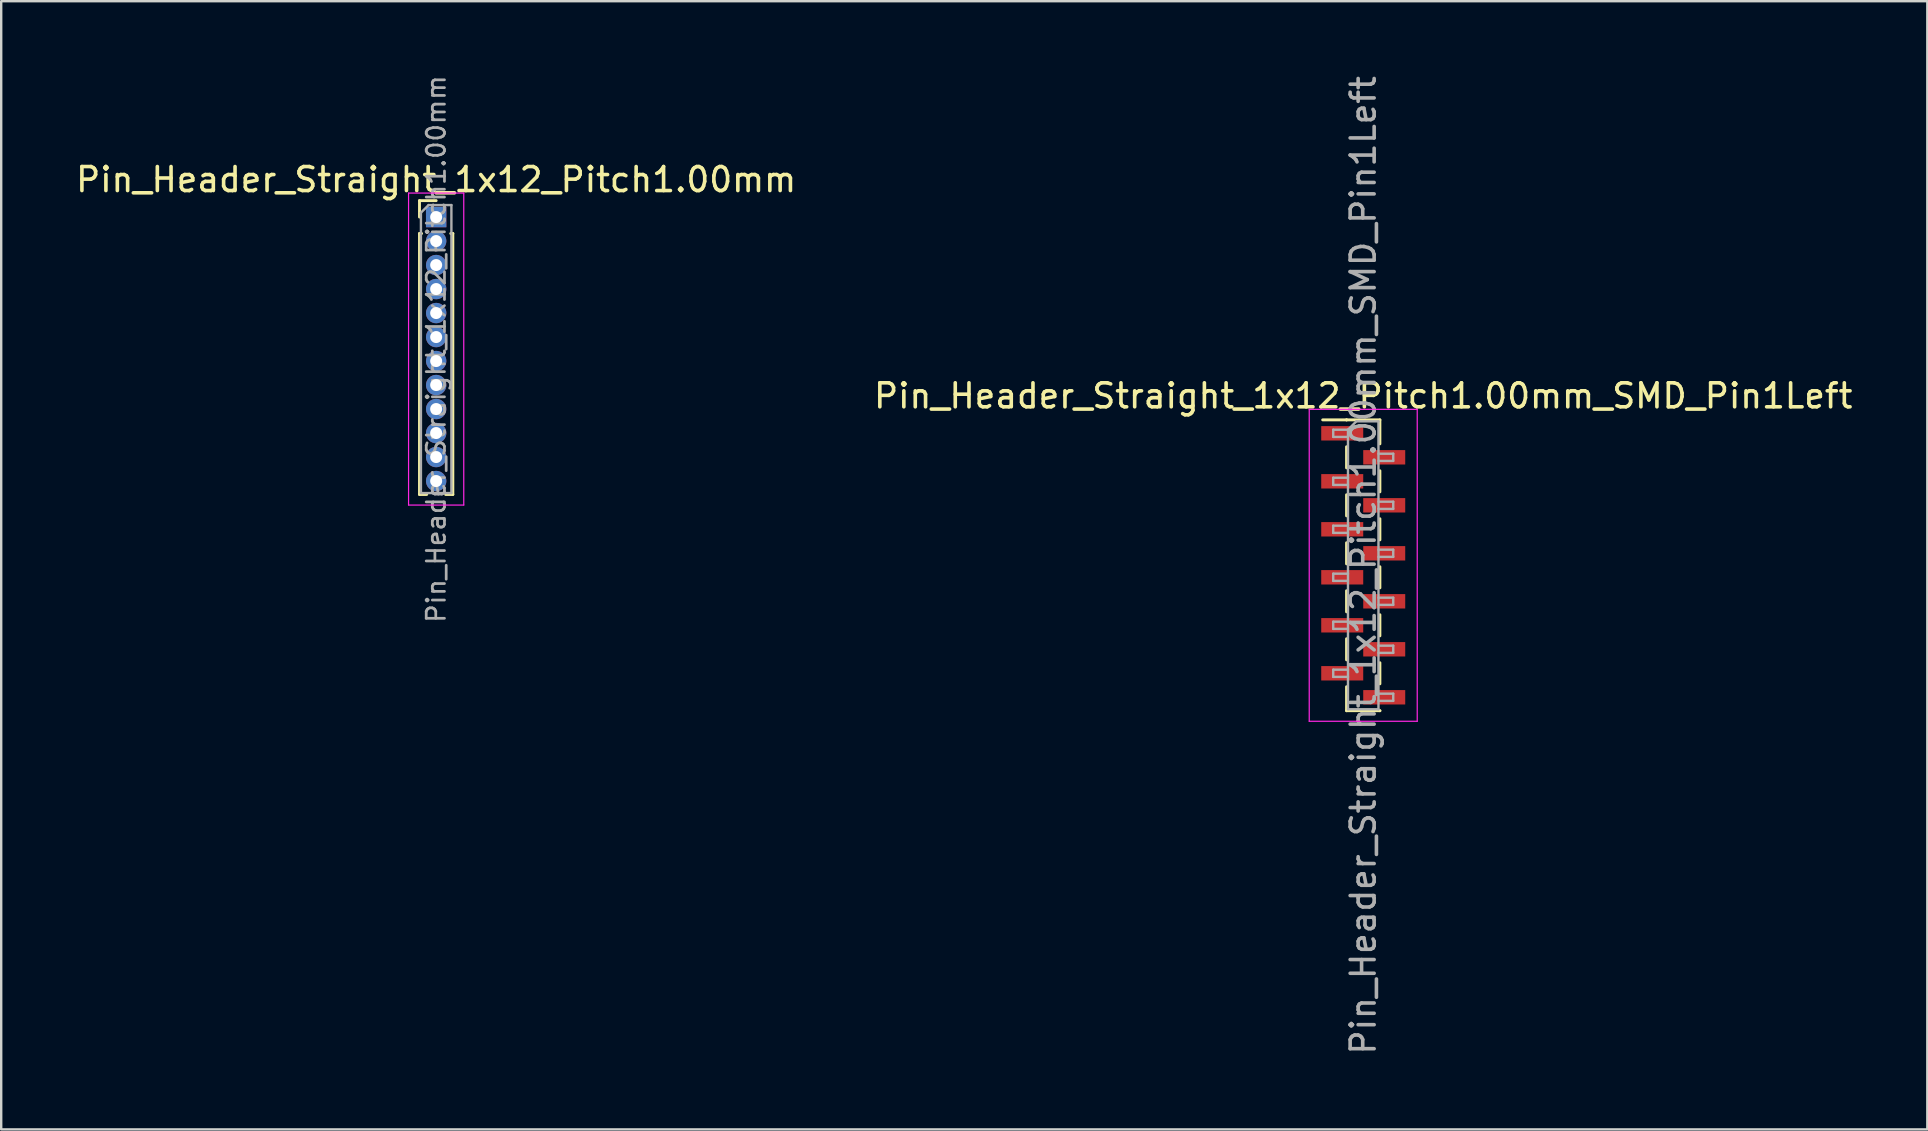
<source format=kicad_pcb>
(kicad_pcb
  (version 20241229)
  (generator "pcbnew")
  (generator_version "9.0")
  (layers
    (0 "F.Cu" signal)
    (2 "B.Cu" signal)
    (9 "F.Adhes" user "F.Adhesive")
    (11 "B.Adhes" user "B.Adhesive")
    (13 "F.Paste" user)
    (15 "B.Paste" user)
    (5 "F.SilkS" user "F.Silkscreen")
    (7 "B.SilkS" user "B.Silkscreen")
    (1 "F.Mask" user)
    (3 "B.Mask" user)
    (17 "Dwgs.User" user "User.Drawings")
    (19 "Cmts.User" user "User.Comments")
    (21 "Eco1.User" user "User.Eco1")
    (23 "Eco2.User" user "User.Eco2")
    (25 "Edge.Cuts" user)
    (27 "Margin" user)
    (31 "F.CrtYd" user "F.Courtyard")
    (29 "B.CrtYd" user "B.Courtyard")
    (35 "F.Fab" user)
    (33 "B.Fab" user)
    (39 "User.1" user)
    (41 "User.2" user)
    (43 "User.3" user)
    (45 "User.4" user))
  (footprint "Pin_Header_Straight_1x12_Pitch1.00mm"
    (layer "F.Cu")
    (at 15.125 5.995)
    (property "Reference" "Pin_Header_Straight_1x12_Pitch1.00mm" (at 0 -1.56 0) (layer "F.SilkS") (effects (font (size 1 1) (thickness 0.15))))
    (attr through_hole)
    (fp_line (start -0.695 -0.685) (end 0 -0.685) (stroke (width 0.12) (type solid)) (layer "F.SilkS"))
    (fp_line (start -0.695 0) (end -0.695 -0.685) (stroke (width 0.12) (type solid)) (layer "F.SilkS"))
    (fp_line (start -0.695 0.685) (end -0.695 11.56) (stroke (width 0.12) (type solid)) (layer "F.SilkS"))
    (fp_line (start -0.695 0.685) (end -0.608 0.685) (stroke (width 0.12) (type solid)) (layer "F.SilkS"))
    (fp_line (start -0.695 11.56) (end -0.394 11.56) (stroke (width 0.12) (type solid)) (layer "F.SilkS"))
    (fp_line (start 0.394 11.56) (end 0.695 11.56) (stroke (width 0.12) (type solid)) (layer "F.SilkS"))
    (fp_line (start 0.608 0.685) (end 0.695 0.685) (stroke (width 0.12) (type solid)) (layer "F.SilkS"))
    (fp_line (start 0.695 0.685) (end 0.695 11.56) (stroke (width 0.12) (type solid)) (layer "F.SilkS"))
    (fp_line (start -1.15 -1) (end -1.15 12) (stroke (width 0.05) (type solid)) (layer "F.CrtYd"))
    (fp_line (start -1.15 12) (end 1.15 12) (stroke (width 0.05) (type solid)) (layer "F.CrtYd"))
    (fp_line (start 1.15 -1) (end -1.15 -1) (stroke (width 0.05) (type solid)) (layer "F.CrtYd"))
    (fp_line (start 1.15 12) (end 1.15 -1) (stroke (width 0.05) (type solid)) (layer "F.CrtYd"))
    (fp_line (start -0.635 -0.182) (end -0.318 -0.5) (stroke (width 0.1) (type solid)) (layer "F.Fab"))
    (fp_line (start -0.635 11.5) (end -0.635 -0.182) (stroke (width 0.1) (type solid)) (layer "F.Fab"))
    (fp_line (start -0.318 -0.5) (end 0.635 -0.5) (stroke (width 0.1) (type solid)) (layer "F.Fab"))
    (fp_line (start 0.635 -0.5) (end 0.635 11.5) (stroke (width 0.1) (type solid)) (layer "F.Fab"))
    (fp_line (start 0.635 11.5) (end -0.635 11.5) (stroke (width 0.1) (type solid)) (layer "F.Fab"))
    (fp_text user "${REFERENCE}" (at 0 5.5 90) (layer "F.Fab") (effects (font (size 0.76 0.76) (thickness 0.114))))
    (pad "1" thru_hole rect (at 0 0) (size 0.85 0.85) (drill 0.5) (layers "*.Cu" "*.Mask"))
    (pad "2" thru_hole oval (at 0 1) (size 0.85 0.85) (drill 0.5) (layers "*.Cu" "*.Mask"))
    (pad "3" thru_hole oval (at 0 2) (size 0.85 0.85) (drill 0.5) (layers "*.Cu" "*.Mask"))
    (pad "4" thru_hole oval (at 0 3) (size 0.85 0.85) (drill 0.5) (layers "*.Cu" "*.Mask"))
    (pad "5" thru_hole oval (at 0 4) (size 0.85 0.85) (drill 0.5) (layers "*.Cu" "*.Mask"))
    (pad "6" thru_hole oval (at 0 5) (size 0.85 0.85) (drill 0.5) (layers "*.Cu" "*.Mask"))
    (pad "7" thru_hole oval (at 0 6) (size 0.85 0.85) (drill 0.5) (layers "*.Cu" "*.Mask"))
    (pad "8" thru_hole oval (at 0 7) (size 0.85 0.85) (drill 0.5) (layers "*.Cu" "*.Mask"))
    (pad "9" thru_hole oval (at 0 8) (size 0.85 0.85) (drill 0.5) (layers "*.Cu" "*.Mask"))
    (pad "10" thru_hole oval (at 0 9) (size 0.85 0.85) (drill 0.5) (layers "*.Cu" "*.Mask"))
    (pad "11" thru_hole oval (at 0 10) (size 0.85 0.85) (drill 0.5) (layers "*.Cu" "*.Mask"))
    (pad "12" thru_hole oval (at 0 11) (size 0.85 0.85) (drill 0.5) (layers "*.Cu" "*.Mask")))
  (footprint "Pin_Header_Straight_1x12_Pitch1.00mm_SMD_Pin1Left"
    (layer "F.Cu")
    (at 53.756 20.506)
    (property "Reference" "Pin_Header_Straight_1x12_Pitch1.00mm_SMD_Pin1Left" (at 0 -7.06 0) (layer "F.SilkS") (effects (font (size 1 1) (thickness 0.15))))
    (attr smd)
    (fp_line (start -0.695 -6.06) (end -1.69 -6.06) (stroke (width 0.12) (type solid)) (layer "F.SilkS"))
    (fp_line (start -0.695 -6.06) (end -0.695 -6.06) (stroke (width 0.12) (type solid)) (layer "F.SilkS"))
    (fp_line (start -0.695 -6.06) (end 0.695 -6.06) (stroke (width 0.12) (type solid)) (layer "F.SilkS"))
    (fp_line (start -0.695 -4.94) (end -0.695 -4.06) (stroke (width 0.12) (type solid)) (layer "F.SilkS"))
    (fp_line (start -0.695 -2.94) (end -0.695 -2.06) (stroke (width 0.12) (type solid)) (layer "F.SilkS"))
    (fp_line (start -0.695 -0.94) (end -0.695 -0.06) (stroke (width 0.12) (type solid)) (layer "F.SilkS"))
    (fp_line (start -0.695 1.06) (end -0.695 1.94) (stroke (width 0.12) (type solid)) (layer "F.SilkS"))
    (fp_line (start -0.695 3.06) (end -0.695 3.94) (stroke (width 0.12) (type solid)) (layer "F.SilkS"))
    (fp_line (start -0.695 5.06) (end -0.695 6.06) (stroke (width 0.12) (type solid)) (layer "F.SilkS"))
    (fp_line (start -0.695 6.06) (end 0.695 6.06) (stroke (width 0.12) (type solid)) (layer "F.SilkS"))
    (fp_line (start 0.695 -6.06) (end 0.695 -5.06) (stroke (width 0.12) (type solid)) (layer "F.SilkS"))
    (fp_line (start 0.695 -3.94) (end 0.695 -3.06) (stroke (width 0.12) (type solid)) (layer "F.SilkS"))
    (fp_line (start 0.695 -1.94) (end 0.695 -1.06) (stroke (width 0.12) (type solid)) (layer "F.SilkS"))
    (fp_line (start 0.695 0.06) (end 0.695 0.94) (stroke (width 0.12) (type solid)) (layer "F.SilkS"))
    (fp_line (start 0.695 2.06) (end 0.695 2.94) (stroke (width 0.12) (type solid)) (layer "F.SilkS"))
    (fp_line (start 0.695 4.06) (end 0.695 4.94) (stroke (width 0.12) (type solid)) (layer "F.SilkS"))
    (fp_line (start 0.695 6.06) (end 0.695 6.06) (stroke (width 0.12) (type solid)) (layer "F.SilkS"))
    (fp_line (start -2.25 -6.5) (end -2.25 6.5) (stroke (width 0.05) (type solid)) (layer "F.CrtYd"))
    (fp_line (start -2.25 6.5) (end 2.25 6.5) (stroke (width 0.05) (type solid)) (layer "F.CrtYd"))
    (fp_line (start 2.25 -6.5) (end -2.25 -6.5) (stroke (width 0.05) (type solid)) (layer "F.CrtYd"))
    (fp_line (start 2.25 6.5) (end 2.25 -6.5) (stroke (width 0.05) (type solid)) (layer "F.CrtYd"))
    (fp_line (start -1.25 -5.65) (end -1.25 -5.35) (stroke (width 0.1) (type solid)) (layer "F.Fab"))
    (fp_line (start -1.25 -5.35) (end -0.635 -5.35) (stroke (width 0.1) (type solid)) (layer "F.Fab"))
    (fp_line (start -1.25 -3.65) (end -1.25 -3.35) (stroke (width 0.1) (type solid)) (layer "F.Fab"))
    (fp_line (start -1.25 -3.35) (end -0.635 -3.35) (stroke (width 0.1) (type solid)) (layer "F.Fab"))
    (fp_line (start -1.25 -1.65) (end -1.25 -1.35) (stroke (width 0.1) (type solid)) (layer "F.Fab"))
    (fp_line (start -1.25 -1.35) (end -0.635 -1.35) (stroke (width 0.1) (type solid)) (layer "F.Fab"))
    (fp_line (start -1.25 0.35) (end -1.25 0.65) (stroke (width 0.1) (type solid)) (layer "F.Fab"))
    (fp_line (start -1.25 0.65) (end -0.635 0.65) (stroke (width 0.1) (type solid)) (layer "F.Fab"))
    (fp_line (start -1.25 2.35) (end -1.25 2.65) (stroke (width 0.1) (type solid)) (layer "F.Fab"))
    (fp_line (start -1.25 2.65) (end -0.635 2.65) (stroke (width 0.1) (type solid)) (layer "F.Fab"))
    (fp_line (start -1.25 4.35) (end -1.25 4.65) (stroke (width 0.1) (type solid)) (layer "F.Fab"))
    (fp_line (start -1.25 4.65) (end -0.635 4.65) (stroke (width 0.1) (type solid)) (layer "F.Fab"))
    (fp_line (start -0.635 -5.65) (end -1.25 -5.65) (stroke (width 0.1) (type solid)) (layer "F.Fab"))
    (fp_line (start -0.635 -5.65) (end -0.285 -6) (stroke (width 0.1) (type solid)) (layer "F.Fab"))
    (fp_line (start -0.635 -3.65) (end -1.25 -3.65) (stroke (width 0.1) (type solid)) (layer "F.Fab"))
    (fp_line (start -0.635 -1.65) (end -1.25 -1.65) (stroke (width 0.1) (type solid)) (layer "F.Fab"))
    (fp_line (start -0.635 0.35) (end -1.25 0.35) (stroke (width 0.1) (type solid)) (layer "F.Fab"))
    (fp_line (start -0.635 2.35) (end -1.25 2.35) (stroke (width 0.1) (type solid)) (layer "F.Fab"))
    (fp_line (start -0.635 4.35) (end -1.25 4.35) (stroke (width 0.1) (type solid)) (layer "F.Fab"))
    (fp_line (start -0.635 6) (end -0.635 -5.65) (stroke (width 0.1) (type solid)) (layer "F.Fab"))
    (fp_line (start -0.285 -6) (end 0.635 -6) (stroke (width 0.1) (type solid)) (layer "F.Fab"))
    (fp_line (start 0.635 -6) (end 0.635 6) (stroke (width 0.1) (type solid)) (layer "F.Fab"))
    (fp_line (start 0.635 -4.65) (end 1.25 -4.65) (stroke (width 0.1) (type solid)) (layer "F.Fab"))
    (fp_line (start 0.635 -2.65) (end 1.25 -2.65) (stroke (width 0.1) (type solid)) (layer "F.Fab"))
    (fp_line (start 0.635 -0.65) (end 1.25 -0.65) (stroke (width 0.1) (type solid)) (layer "F.Fab"))
    (fp_line (start 0.635 1.35) (end 1.25 1.35) (stroke (width 0.1) (type solid)) (layer "F.Fab"))
    (fp_line (start 0.635 3.35) (end 1.25 3.35) (stroke (width 0.1) (type solid)) (layer "F.Fab"))
    (fp_line (start 0.635 5.35) (end 1.25 5.35) (stroke (width 0.1) (type solid)) (layer "F.Fab"))
    (fp_line (start 0.635 6) (end -0.635 6) (stroke (width 0.1) (type solid)) (layer "F.Fab"))
    (fp_line (start 1.25 -4.65) (end 1.25 -4.35) (stroke (width 0.1) (type solid)) (layer "F.Fab"))
    (fp_line (start 1.25 -4.35) (end 0.635 -4.35) (stroke (width 0.1) (type solid)) (layer "F.Fab"))
    (fp_line (start 1.25 -2.65) (end 1.25 -2.35) (stroke (width 0.1) (type solid)) (layer "F.Fab"))
    (fp_line (start 1.25 -2.35) (end 0.635 -2.35) (stroke (width 0.1) (type solid)) (layer "F.Fab"))
    (fp_line (start 1.25 -0.65) (end 1.25 -0.35) (stroke (width 0.1) (type solid)) (layer "F.Fab"))
    (fp_line (start 1.25 -0.35) (end 0.635 -0.35) (stroke (width 0.1) (type solid)) (layer "F.Fab"))
    (fp_line (start 1.25 1.35) (end 1.25 1.65) (stroke (width 0.1) (type solid)) (layer "F.Fab"))
    (fp_line (start 1.25 1.65) (end 0.635 1.65) (stroke (width 0.1) (type solid)) (layer "F.Fab"))
    (fp_line (start 1.25 3.35) (end 1.25 3.65) (stroke (width 0.1) (type solid)) (layer "F.Fab"))
    (fp_line (start 1.25 3.65) (end 0.635 3.65) (stroke (width 0.1) (type solid)) (layer "F.Fab"))
    (fp_line (start 1.25 5.35) (end 1.25 5.65) (stroke (width 0.1) (type solid)) (layer "F.Fab"))
    (fp_line (start 1.25 5.65) (end 0.635 5.65) (stroke (width 0.1) (type solid)) (layer "F.Fab"))
    (fp_text user "${REFERENCE}" (at 0 0 90) (layer "F.Fab") (effects (font (size 1 1) (thickness 0.15))))
    (pad "1" smd rect (at -0.875 -5.5) (size 1.75 0.6) (layers "F.Cu" "F.Mask" "F.Paste"))
    (pad "2" smd rect (at 0.875 -4.5) (size 1.75 0.6) (layers "F.Cu" "F.Mask" "F.Paste"))
    (pad "3" smd rect (at -0.875 -3.5) (size 1.75 0.6) (layers "F.Cu" "F.Mask" "F.Paste"))
    (pad "4" smd rect (at 0.875 -2.5) (size 1.75 0.6) (layers "F.Cu" "F.Mask" "F.Paste"))
    (pad "5" smd rect (at -0.875 -1.5) (size 1.75 0.6) (layers "F.Cu" "F.Mask" "F.Paste"))
    (pad "6" smd rect (at 0.875 -0.5) (size 1.75 0.6) (layers "F.Cu" "F.Mask" "F.Paste"))
    (pad "7" smd rect (at -0.875 0.5) (size 1.75 0.6) (layers "F.Cu" "F.Mask" "F.Paste"))
    (pad "8" smd rect (at 0.875 1.5) (size 1.75 0.6) (layers "F.Cu" "F.Mask" "F.Paste"))
    (pad "9" smd rect (at -0.875 2.5) (size 1.75 0.6) (layers "F.Cu" "F.Mask" "F.Paste"))
    (pad "10" smd rect (at 0.875 3.5) (size 1.75 0.6) (layers "F.Cu" "F.Mask" "F.Paste"))
    (pad "11" smd rect (at -0.875 4.5) (size 1.75 0.6) (layers "F.Cu" "F.Mask" "F.Paste"))
    (pad "12" smd rect (at 0.875 5.5) (size 1.75 0.6) (layers "F.Cu" "F.Mask" "F.Paste")))
  (gr_rect
    (start -3 -3)
    (end 77.262 44.012)
    (stroke (width 0.1) (type default))
    (fill no)
    (layer "Edge.Cuts")))
</source>
